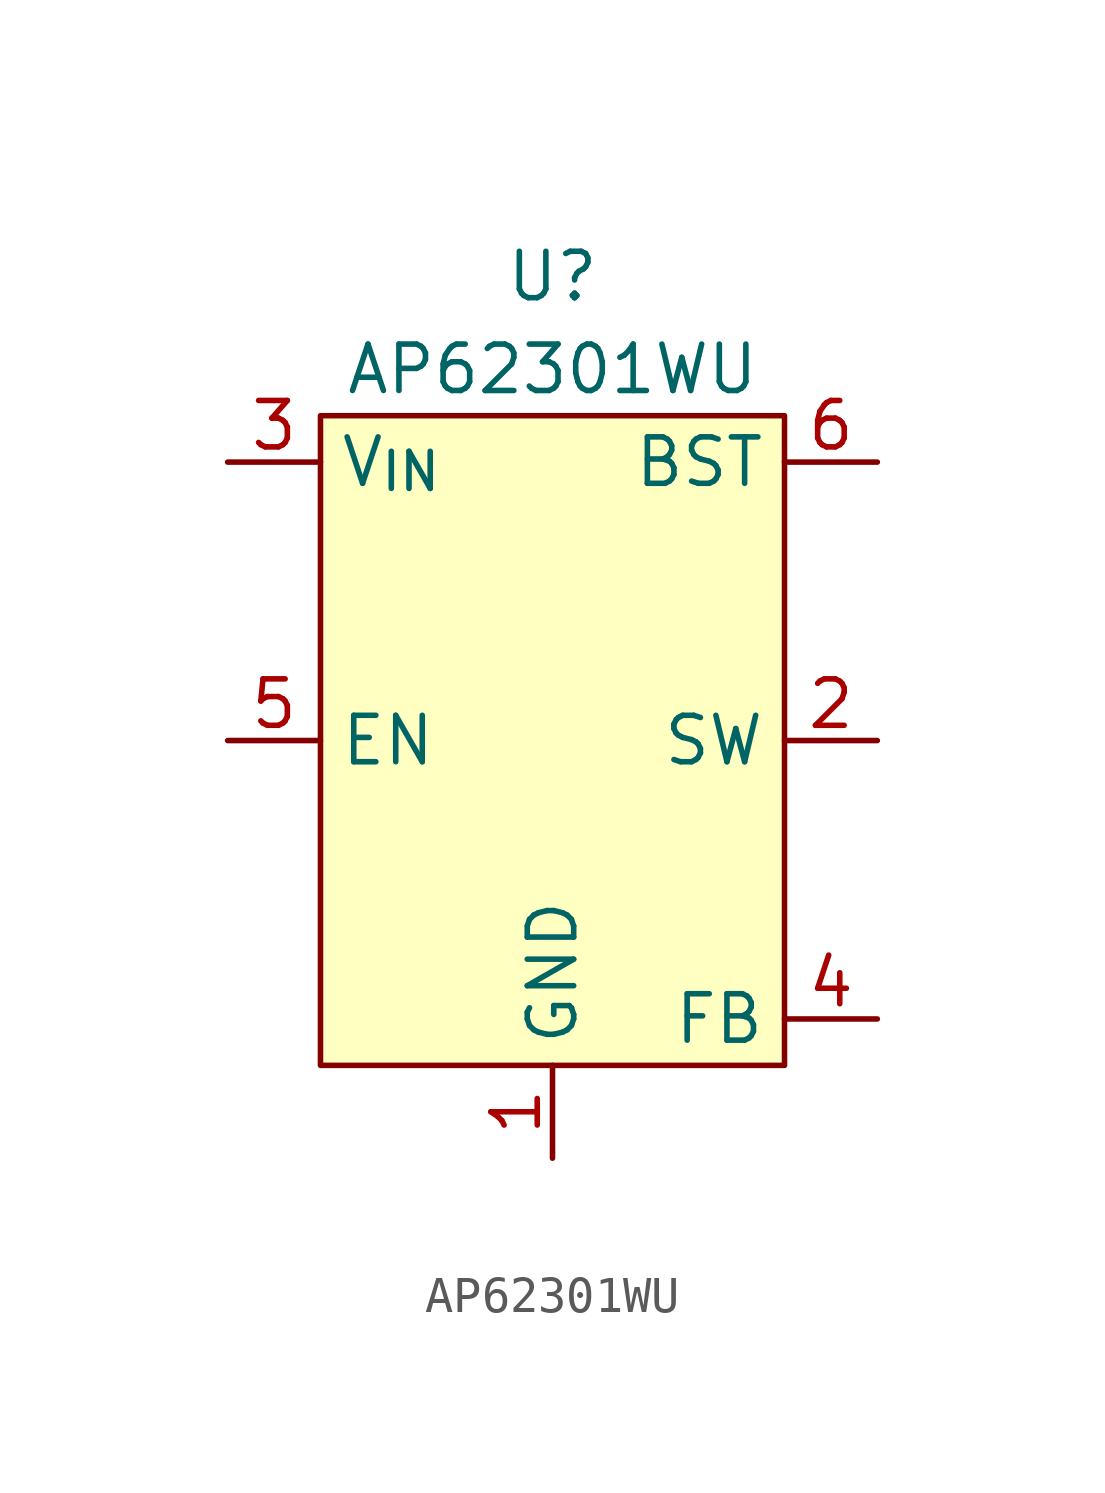
<source format=kicad_sym>
(kicad_symbol_lib
  (version 20211014)
  (generator kicad_symbol_editor)
  (symbol "AP62301WU"
    (property "Reference" "U"
      (at 0 12.7 0)
      (effects (font (size 1.27 1.27))))
    (property "Value" "AP62301WU"
      (at 0 10.16 0)
      (effects (font (size 1.27 1.27))))
    (symbol "AP62301WU_0_1"
      (rectangle (start -6.35 8.89) (end 6.35 -8.89) (stroke (width 0.152) (type default) (color 0 0 0 0)) (fill (type background))))
    (symbol "AP62301WU_1_1"
      (pin power_in line (at 0 -11.43 90) (length 2.54) (name "GND" (effects (font (size 1.27 1.27)))) (number "1" (effects (font (size 1.27 1.27)))))
      (pin power_out line (at 8.89 0 180) (length 2.54) (name "SW" (effects (font (size 1.27 1.27)))) (number "2" (effects (font (size 1.27 1.27)))))
      (pin power_in line (at -8.89 7.62 0) (length 2.54) (name "V_{IN}" (effects (font (size 1.27 1.27)))) (number "3" (effects (font (size 1.27 1.27)))))
      (pin input line (at 8.89 -7.62 180) (length 2.54) (name "FB" (effects (font (size 1.27 1.27)))) (number "4" (effects (font (size 1.27 1.27)))))
      (pin input line (at -8.89 0 0) (length 2.54) (name "EN" (effects (font (size 1.27 1.27)))) (number "5" (effects (font (size 1.27 1.27)))))
      (pin bidirectional line (at 8.89 7.62 180) (length 2.54) (name "BST" (effects (font (size 1.27 1.27)))) (number "6" (effects (font (size 1.27 1.27))))))))
</source>
